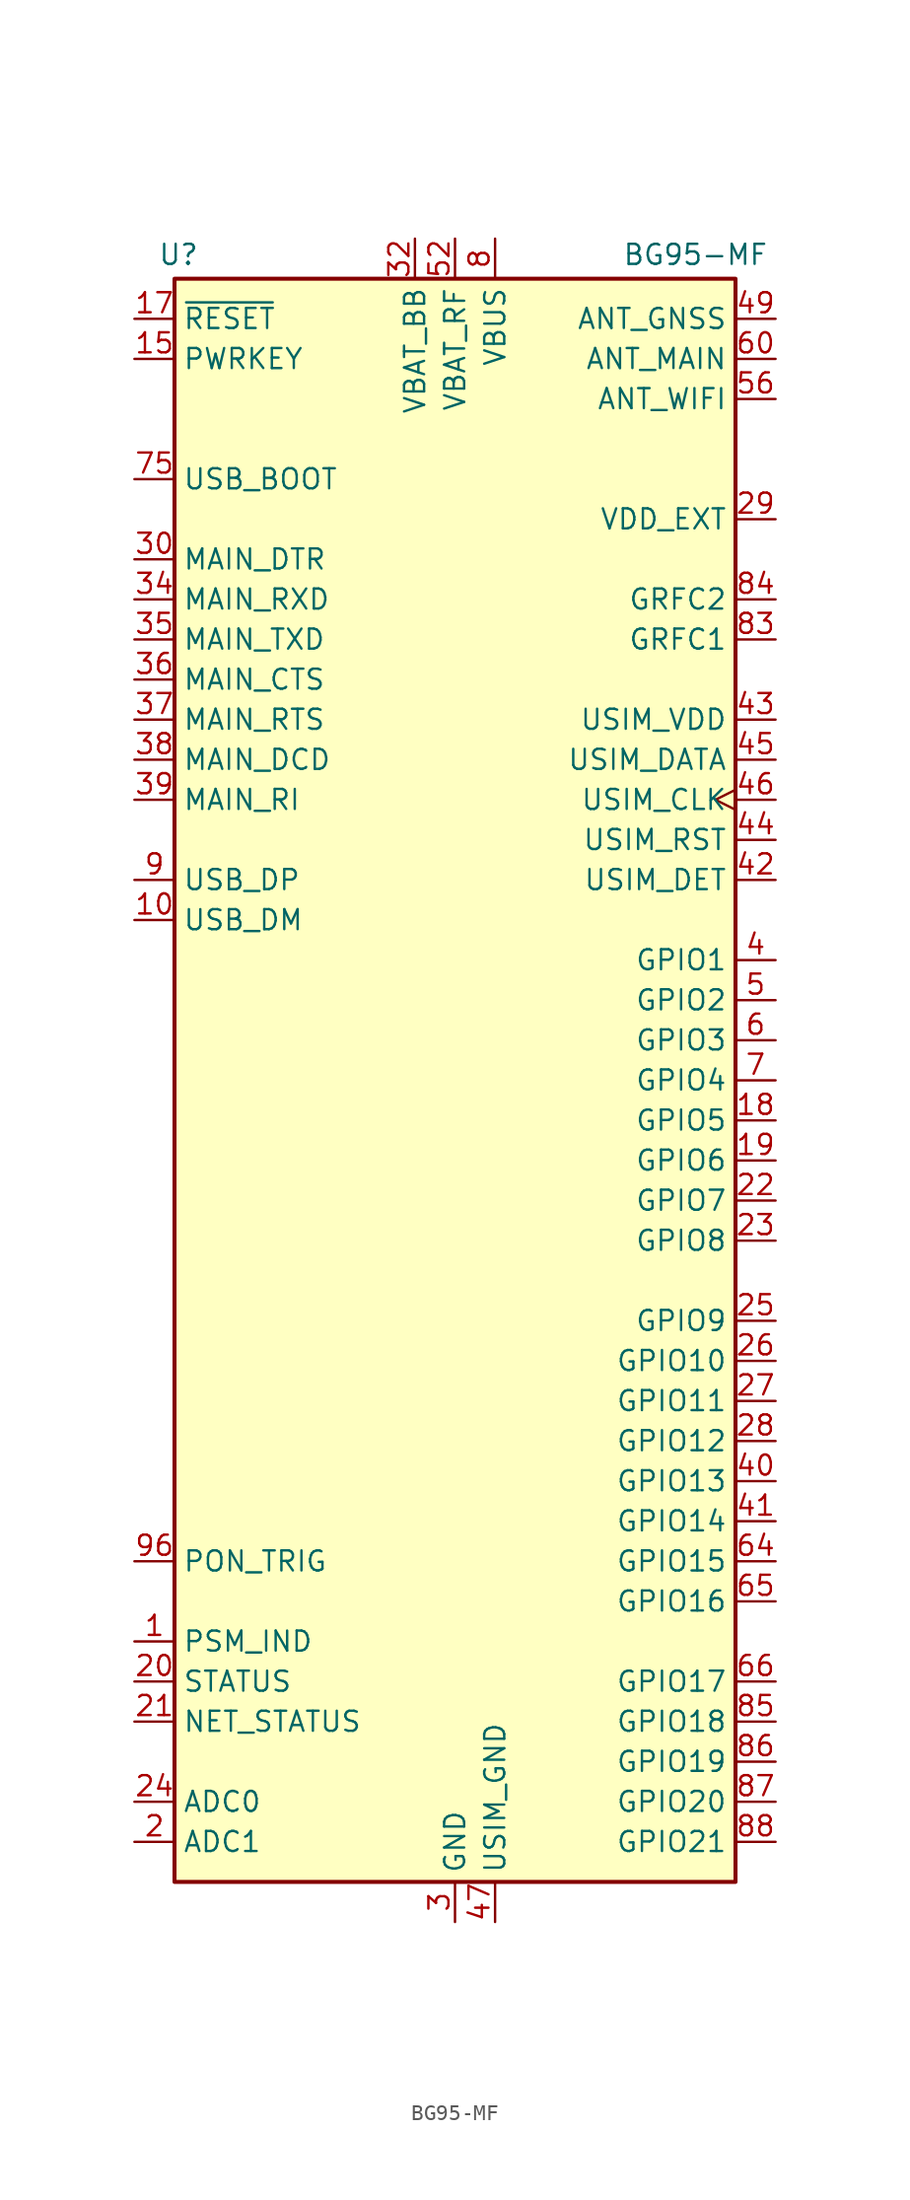
<source format=kicad_sym>
(kicad_symbol_lib
  (version 20241209)
  (generator "kicad_symbol_editor")
  (generator_version "9.0")
  (symbol "BG95-MF"
    (property "Reference" "U"
      (at -17.526 52.324 0)
      (effects (font (size 1.27 1.27))))
    (property "Value" "BG95-MF"
      (at 15.24 52.324 0)
      (effects (font (size 1.27 1.27))))
    (symbol "BG95-MF_0_1"
      (rectangle (start -17.78 50.8) (end 17.78 -50.8) (stroke (width 0.254) (type default)) (fill (type background))))
    (symbol "BG95-MF_1_1"
      (pin input line (at -20.32 48.26 0) (length 2.54) (name "~{RESET}" (effects (font (size 1.27 1.27)))) (number "17" (effects (font (size 1.27 1.27)))))
      (pin bidirectional line (at -20.32 45.72 0) (length 2.54) (name "PWRKEY" (effects (font (size 1.27 1.27)))) (number "15" (effects (font (size 1.27 1.27)))))
      (pin input line (at -20.32 38.1 0) (length 2.54) (name "USB_BOOT" (effects (font (size 1.27 1.27)))) (number "75" (effects (font (size 1.27 1.27)))))
      (pin input line (at -20.32 33.02 0) (length 2.54) (name "MAIN_DTR" (effects (font (size 1.27 1.27)))) (number "30" (effects (font (size 1.27 1.27)))))
      (pin input line (at -20.32 30.48 0) (length 2.54) (name "MAIN_RXD" (effects (font (size 1.27 1.27)))) (number "34" (effects (font (size 1.27 1.27)))))
      (pin output line (at -20.32 27.94 0) (length 2.54) (name "MAIN_TXD" (effects (font (size 1.27 1.27)))) (number "35" (effects (font (size 1.27 1.27)))))
      (pin output line (at -20.32 25.4 0) (length 2.54) (name "MAIN_CTS" (effects (font (size 1.27 1.27)))) (number "36" (effects (font (size 1.27 1.27)))))
      (pin input line (at -20.32 22.86 0) (length 2.54) (name "MAIN_RTS" (effects (font (size 1.27 1.27)))) (number "37" (effects (font (size 1.27 1.27)))))
      (pin output line (at -20.32 20.32 0) (length 2.54) (name "MAIN_DCD" (effects (font (size 1.27 1.27)))) (number "38" (effects (font (size 1.27 1.27)))))
      (pin output line (at -20.32 17.78 0) (length 2.54) (name "MAIN_RI" (effects (font (size 1.27 1.27)))) (number "39" (effects (font (size 1.27 1.27)))))
      (pin bidirectional line (at -20.32 12.7 0) (length 2.54) (name "USB_DP" (effects (font (size 1.27 1.27)))) (number "9" (effects (font (size 1.27 1.27)))))
      (pin bidirectional line (at -20.32 10.16 0) (length 2.54) (name "USB_DM" (effects (font (size 1.27 1.27)))) (number "10" (effects (font (size 1.27 1.27)))))
      (pin input line (at -20.32 -30.48 0) (length 2.54) (name "PON_TRIG" (effects (font (size 1.27 1.27)))) (number "96" (effects (font (size 1.27 1.27)))))
      (pin output line (at -20.32 -35.56 0) (length 2.54) (name "PSM_IND" (effects (font (size 1.27 1.27)))) (number "1" (effects (font (size 1.27 1.27)))))
      (pin output line (at -20.32 -38.1 0) (length 2.54) (name "STATUS" (effects (font (size 1.27 1.27)))) (number "20" (effects (font (size 1.27 1.27)))))
      (pin output line (at -20.32 -40.64 0) (length 2.54) (name "NET_STATUS" (effects (font (size 1.27 1.27)))) (number "21" (effects (font (size 1.27 1.27)))))
      (pin input line (at -20.32 -45.72 0) (length 2.54) (name "ADC0" (effects (font (size 1.27 1.27)))) (number "24" (effects (font (size 1.27 1.27)))))
      (pin input line (at -20.32 -48.26 0) (length 2.54) (name "ADC1" (effects (font (size 1.27 1.27)))) (number "2" (effects (font (size 1.27 1.27)))))
      (pin no_connect line (at -17.78 7.62 0) (length 2.54) (hide yes) (name "RESERVED" (effects (font (size 1.27 1.27)))) (number "11" (effects (font (size 1.27 1.27)))))
      (pin no_connect line (at -17.78 5.08 0) (length 2.54) (hide yes) (name "RESERVED" (effects (font (size 1.27 1.27)))) (number "12" (effects (font (size 1.27 1.27)))))
      (pin no_connect line (at -17.78 2.54 0) (length 2.54) (hide yes) (name "RESERVED" (effects (font (size 1.27 1.27)))) (number "13" (effects (font (size 1.27 1.27)))))
      (pin no_connect line (at -17.78 0 0) (length 2.54) (hide yes) (name "RESERVED" (effects (font (size 1.27 1.27)))) (number "14" (effects (font (size 1.27 1.27)))))
      (pin no_connect line (at -17.78 -2.54 0) (length 2.54) (hide yes) (name "RESERVED" (effects (font (size 1.27 1.27)))) (number "16" (effects (font (size 1.27 1.27)))))
      (pin no_connect line (at -17.78 -5.08 0) (length 2.54) (hide yes) (name "RESERVED" (effects (font (size 1.27 1.27)))) (number "51" (effects (font (size 1.27 1.27)))))
      (pin no_connect line (at -17.78 -7.62 0) (length 2.54) (hide yes) (name "RESERVED" (effects (font (size 1.27 1.27)))) (number "57" (effects (font (size 1.27 1.27)))))
      (pin no_connect line (at -17.78 -10.16 0) (length 2.54) (hide yes) (name "RESERVED" (effects (font (size 1.27 1.27)))) (number "63" (effects (font (size 1.27 1.27)))))
      (pin no_connect line (at -17.78 -12.7 0) (length 2.54) (hide yes) (name "RESERVED" (effects (font (size 1.27 1.27)))) (number "76" (effects (font (size 1.27 1.27)))))
      (pin no_connect line (at -17.78 -15.24 0) (length 2.54) (hide yes) (name "RESERVED" (effects (font (size 1.27 1.27)))) (number "77" (effects (font (size 1.27 1.27)))))
      (pin no_connect line (at -17.78 -17.78 0) (length 2.54) (hide yes) (name "RESERVED" (effects (font (size 1.27 1.27)))) (number "78" (effects (font (size 1.27 1.27)))))
      (pin no_connect line (at -17.78 -20.32 0) (length 2.54) (hide yes) (name "RESERVED" (effects (font (size 1.27 1.27)))) (number "92" (effects (font (size 1.27 1.27)))))
      (pin no_connect line (at -17.78 -22.86 0) (length 2.54) (hide yes) (name "RESERVED" (effects (font (size 1.27 1.27)))) (number "93" (effects (font (size 1.27 1.27)))))
      (pin no_connect line (at -17.78 -25.4 0) (length 2.54) (hide yes) (name "RESERVED" (effects (font (size 1.27 1.27)))) (number "94" (effects (font (size 1.27 1.27)))))
      (pin no_connect line (at -17.78 -27.94 0) (length 2.54) (hide yes) (name "RESERVED" (effects (font (size 1.27 1.27)))) (number "95" (effects (font (size 1.27 1.27)))))
      (pin no_connect line (at -7.62 50.8 270) (length 2.54) (hide yes) (name "RESERVED" (effects (font (size 1.27 1.27)))) (number "98" (effects (font (size 1.27 1.27)))))
      (pin no_connect line (at -5.08 50.8 270) (length 2.54) (hide yes) (name "RESERVED" (effects (font (size 1.27 1.27)))) (number "97" (effects (font (size 1.27 1.27)))))
      (pin power_in line (at -2.54 53.34 270) (length 2.54) (name "VBAT_BB" (effects (font (size 1.27 1.27)))) (number "32" (effects (font (size 1.27 1.27)))))
      (pin passive line (at -2.54 53.34 270) (length 2.54) (hide yes) (name "VBAT_BB" (effects (font (size 1.27 1.27)))) (number "33" (effects (font (size 1.27 1.27)))))
      (pin power_in line (at 0 53.34 270) (length 2.54) (name "VBAT_RF" (effects (font (size 1.27 1.27)))) (number "52" (effects (font (size 1.27 1.27)))))
      (pin passive line (at 0 53.34 270) (length 2.54) (hide yes) (name "VBAT_RF" (effects (font (size 1.27 1.27)))) (number "53" (effects (font (size 1.27 1.27)))))
      (pin passive line (at 0 -53.34 90) (length 2.54) (hide yes) (name "GND" (effects (font (size 1.27 1.27)))) (number "100" (effects (font (size 1.27 1.27)))))
      (pin passive line (at 0 -53.34 90) (length 2.54) (hide yes) (name "GND" (effects (font (size 1.27 1.27)))) (number "101" (effects (font (size 1.27 1.27)))))
      (pin passive line (at 0 -53.34 90) (length 2.54) (hide yes) (name "GND" (effects (font (size 1.27 1.27)))) (number "102" (effects (font (size 1.27 1.27)))))
      (pin power_in line (at 0 -53.34 90) (length 2.54) (name "GND" (effects (font (size 1.27 1.27)))) (number "3" (effects (font (size 1.27 1.27)))))
      (pin passive line (at 0 -53.34 90) (length 2.54) (hide yes) (name "GND" (effects (font (size 1.27 1.27)))) (number "31" (effects (font (size 1.27 1.27)))))
      (pin passive line (at 0 -53.34 90) (length 2.54) (hide yes) (name "GND" (effects (font (size 1.27 1.27)))) (number "48" (effects (font (size 1.27 1.27)))))
      (pin passive line (at 0 -53.34 90) (length 2.54) (hide yes) (name "GND" (effects (font (size 1.27 1.27)))) (number "50" (effects (font (size 1.27 1.27)))))
      (pin passive line (at 0 -53.34 90) (length 2.54) (hide yes) (name "GND" (effects (font (size 1.27 1.27)))) (number "54" (effects (font (size 1.27 1.27)))))
      (pin passive line (at 0 -53.34 90) (length 2.54) (hide yes) (name "GND" (effects (font (size 1.27 1.27)))) (number "55" (effects (font (size 1.27 1.27)))))
      (pin passive line (at 0 -53.34 90) (length 2.54) (hide yes) (name "GND" (effects (font (size 1.27 1.27)))) (number "58" (effects (font (size 1.27 1.27)))))
      (pin passive line (at 0 -53.34 90) (length 2.54) (hide yes) (name "GND" (effects (font (size 1.27 1.27)))) (number "59" (effects (font (size 1.27 1.27)))))
      (pin passive line (at 0 -53.34 90) (length 2.54) (hide yes) (name "GND" (effects (font (size 1.27 1.27)))) (number "61" (effects (font (size 1.27 1.27)))))
      (pin passive line (at 0 -53.34 90) (length 2.54) (hide yes) (name "GND" (effects (font (size 1.27 1.27)))) (number "62" (effects (font (size 1.27 1.27)))))
      (pin passive line (at 0 -53.34 90) (length 2.54) (hide yes) (name "GND" (effects (font (size 1.27 1.27)))) (number "67" (effects (font (size 1.27 1.27)))))
      (pin passive line (at 0 -53.34 90) (length 2.54) (hide yes) (name "GND" (effects (font (size 1.27 1.27)))) (number "68" (effects (font (size 1.27 1.27)))))
      (pin passive line (at 0 -53.34 90) (length 2.54) (hide yes) (name "GND" (effects (font (size 1.27 1.27)))) (number "69" (effects (font (size 1.27 1.27)))))
      (pin passive line (at 0 -53.34 90) (length 2.54) (hide yes) (name "GND" (effects (font (size 1.27 1.27)))) (number "70" (effects (font (size 1.27 1.27)))))
      (pin passive line (at 0 -53.34 90) (length 2.54) (hide yes) (name "GND" (effects (font (size 1.27 1.27)))) (number "71" (effects (font (size 1.27 1.27)))))
      (pin passive line (at 0 -53.34 90) (length 2.54) (hide yes) (name "GND" (effects (font (size 1.27 1.27)))) (number "72" (effects (font (size 1.27 1.27)))))
      (pin passive line (at 0 -53.34 90) (length 2.54) (hide yes) (name "GND" (effects (font (size 1.27 1.27)))) (number "73" (effects (font (size 1.27 1.27)))))
      (pin passive line (at 0 -53.34 90) (length 2.54) (hide yes) (name "GND" (effects (font (size 1.27 1.27)))) (number "74" (effects (font (size 1.27 1.27)))))
      (pin passive line (at 0 -53.34 90) (length 2.54) (hide yes) (name "GND" (effects (font (size 1.27 1.27)))) (number "79" (effects (font (size 1.27 1.27)))))
      (pin passive line (at 0 -53.34 90) (length 2.54) (hide yes) (name "GND" (effects (font (size 1.27 1.27)))) (number "80" (effects (font (size 1.27 1.27)))))
      (pin passive line (at 0 -53.34 90) (length 2.54) (hide yes) (name "GND" (effects (font (size 1.27 1.27)))) (number "81" (effects (font (size 1.27 1.27)))))
      (pin passive line (at 0 -53.34 90) (length 2.54) (hide yes) (name "GND" (effects (font (size 1.27 1.27)))) (number "82" (effects (font (size 1.27 1.27)))))
      (pin passive line (at 0 -53.34 90) (length 2.54) (hide yes) (name "GND" (effects (font (size 1.27 1.27)))) (number "89" (effects (font (size 1.27 1.27)))))
      (pin passive line (at 0 -53.34 90) (length 2.54) (hide yes) (name "GND" (effects (font (size 1.27 1.27)))) (number "90" (effects (font (size 1.27 1.27)))))
      (pin passive line (at 0 -53.34 90) (length 2.54) (hide yes) (name "GND" (effects (font (size 1.27 1.27)))) (number "91" (effects (font (size 1.27 1.27)))))
      (pin power_in line (at 2.54 53.34 270) (length 2.54) (name "VBUS" (effects (font (size 1.27 1.27)))) (number "8" (effects (font (size 1.27 1.27)))))
      (pin power_in line (at 2.54 -53.34 90) (length 2.54) (name "USIM_GND" (effects (font (size 1.27 1.27)))) (number "47" (effects (font (size 1.27 1.27)))))
      (pin no_connect line (at 7.62 50.8 270) (length 2.54) (hide yes) (name "RESERVED" (effects (font (size 1.27 1.27)))) (number "99" (effects (font (size 1.27 1.27)))))
      (pin passive line (at 20.32 48.26 180) (length 2.54) (name "ANT_GNSS" (effects (font (size 1.27 1.27)))) (number "49" (effects (font (size 1.27 1.27)))))
      (pin passive line (at 20.32 45.72 180) (length 2.54) (name "ANT_MAIN" (effects (font (size 1.27 1.27)))) (number "60" (effects (font (size 1.27 1.27)))))
      (pin passive line (at 20.32 43.18 180) (length 2.54) (name "ANT_WIFI" (effects (font (size 1.27 1.27)))) (number "56" (effects (font (size 1.27 1.27)))))
      (pin power_out line (at 20.32 35.56 180) (length 2.54) (name "VDD_EXT" (effects (font (size 1.27 1.27)))) (number "29" (effects (font (size 1.27 1.27)))))
      (pin output line (at 20.32 30.48 180) (length 2.54) (name "GRFC2" (effects (font (size 1.27 1.27)))) (number "84" (effects (font (size 1.27 1.27)))))
      (pin output line (at 20.32 27.94 180) (length 2.54) (name "GRFC1" (effects (font (size 1.27 1.27)))) (number "83" (effects (font (size 1.27 1.27)))))
      (pin power_out line (at 20.32 22.86 180) (length 2.54) (name "USIM_VDD" (effects (font (size 1.27 1.27)))) (number "43" (effects (font (size 1.27 1.27)))))
      (pin bidirectional line (at 20.32 20.32 180) (length 2.54) (name "USIM_DATA" (effects (font (size 1.27 1.27)))) (number "45" (effects (font (size 1.27 1.27)))))
      (pin output clock (at 20.32 17.78 180) (length 2.54) (name "USIM_CLK" (effects (font (size 1.27 1.27)))) (number "46" (effects (font (size 1.27 1.27)))))
      (pin output line (at 20.32 15.24 180) (length 2.54) (name "USIM_RST" (effects (font (size 1.27 1.27)))) (number "44" (effects (font (size 1.27 1.27)))))
      (pin input line (at 20.32 12.7 180) (length 2.54) (name "USIM_DET" (effects (font (size 1.27 1.27)))) (number "42" (effects (font (size 1.27 1.27)))))
      (pin bidirectional line (at 20.32 7.62 180) (length 2.54) (name "GPIO1" (effects (font (size 1.27 1.27)))) (number "4" (effects (font (size 1.27 1.27)))))
      (pin bidirectional line (at 20.32 5.08 180) (length 2.54) (name "GPIO2" (effects (font (size 1.27 1.27)))) (number "5" (effects (font (size 1.27 1.27)))))
      (pin bidirectional line (at 20.32 2.54 180) (length 2.54) (name "GPIO3" (effects (font (size 1.27 1.27)))) (number "6" (effects (font (size 1.27 1.27)))))
      (pin bidirectional line (at 20.32 0 180) (length 2.54) (name "GPIO4" (effects (font (size 1.27 1.27)))) (number "7" (effects (font (size 1.27 1.27)))))
      (pin bidirectional line (at 20.32 -2.54 180) (length 2.54) (name "GPIO5" (effects (font (size 1.27 1.27)))) (number "18" (effects (font (size 1.27 1.27)))) (alternate "I2C1_SCL" open_collector line))
      (pin bidirectional line (at 20.32 -5.08 180) (length 2.54) (name "GPIO6" (effects (font (size 1.27 1.27)))) (number "19" (effects (font (size 1.27 1.27)))) (alternate "I2C1_SDA" open_collector line))
      (pin bidirectional line (at 20.32 -7.62 180) (length 2.54) (name "GPIO7" (effects (font (size 1.27 1.27)))) (number "22" (effects (font (size 1.27 1.27)))) (alternate "UART1_RXD" input line))
      (pin bidirectional line (at 20.32 -10.16 180) (length 2.54) (name "GPIO8" (effects (font (size 1.27 1.27)))) (number "23" (effects (font (size 1.27 1.27)))) (alternate "UART1_TXD" output line))
      (pin bidirectional line (at 20.32 -15.24 180) (length 2.54) (name "GPIO9" (effects (font (size 1.27 1.27)))) (number "25" (effects (font (size 1.27 1.27)))) (alternate "~{SPI1_CS}" output line))
      (pin bidirectional line (at 20.32 -17.78 180) (length 2.54) (name "GPIO10" (effects (font (size 1.27 1.27)))) (number "26" (effects (font (size 1.27 1.27)))) (alternate "SPI1_CLK" output line))
      (pin bidirectional line (at 20.32 -20.32 180) (length 2.54) (name "GPIO11" (effects (font (size 1.27 1.27)))) (number "27" (effects (font (size 1.27 1.27)))) (alternate "SPI1_MOSI" output line) (alternate "UART3_TXD" output line))
      (pin bidirectional line (at 20.32 -22.86 180) (length 2.54) (name "GPIO12" (effects (font (size 1.27 1.27)))) (number "28" (effects (font (size 1.27 1.27)))) (alternate "SPI1_MISO" input line) (alternate "UART3_RXD" input line))
      (pin bidirectional line (at 20.32 -25.4 180) (length 2.54) (name "GPIO13" (effects (font (size 1.27 1.27)))) (number "40" (effects (font (size 1.27 1.27)))) (alternate "SPI2_CLK" output line))
      (pin bidirectional line (at 20.32 -27.94 180) (length 2.54) (name "GPIO14" (effects (font (size 1.27 1.27)))) (number "41" (effects (font (size 1.27 1.27)))) (alternate "~{SPI2_CS}" output line))
      (pin bidirectional line (at 20.32 -30.48 180) (length 2.54) (name "GPIO15" (effects (font (size 1.27 1.27)))) (number "64" (effects (font (size 1.27 1.27)))) (alternate "SPI2_MOSI" output line) (alternate "UART2_TXD" output line))
      (pin bidirectional line (at 20.32 -33.02 180) (length 2.54) (name "GPIO16" (effects (font (size 1.27 1.27)))) (number "65" (effects (font (size 1.27 1.27)))) (alternate "SPI2_MISO" input line) (alternate "UART2_RXD" input line))
      (pin bidirectional line (at 20.32 -38.1 180) (length 2.54) (name "GPIO17" (effects (font (size 1.27 1.27)))) (number "66" (effects (font (size 1.27 1.27)))) (alternate "PWM" output line))
      (pin bidirectional line (at 20.32 -40.64 180) (length 2.54) (name "GPIO18" (effects (font (size 1.27 1.27)))) (number "85" (effects (font (size 1.27 1.27)))))
      (pin bidirectional line (at 20.32 -43.18 180) (length 2.54) (name "GPIO19" (effects (font (size 1.27 1.27)))) (number "86" (effects (font (size 1.27 1.27)))))
      (pin bidirectional line (at 20.32 -45.72 180) (length 2.54) (name "GPIO20" (effects (font (size 1.27 1.27)))) (number "87" (effects (font (size 1.27 1.27)))))
      (pin bidirectional line (at 20.32 -48.26 180) (length 2.54) (name "GPIO21" (effects (font (size 1.27 1.27)))) (number "88" (effects (font (size 1.27 1.27))))))))
</source>
